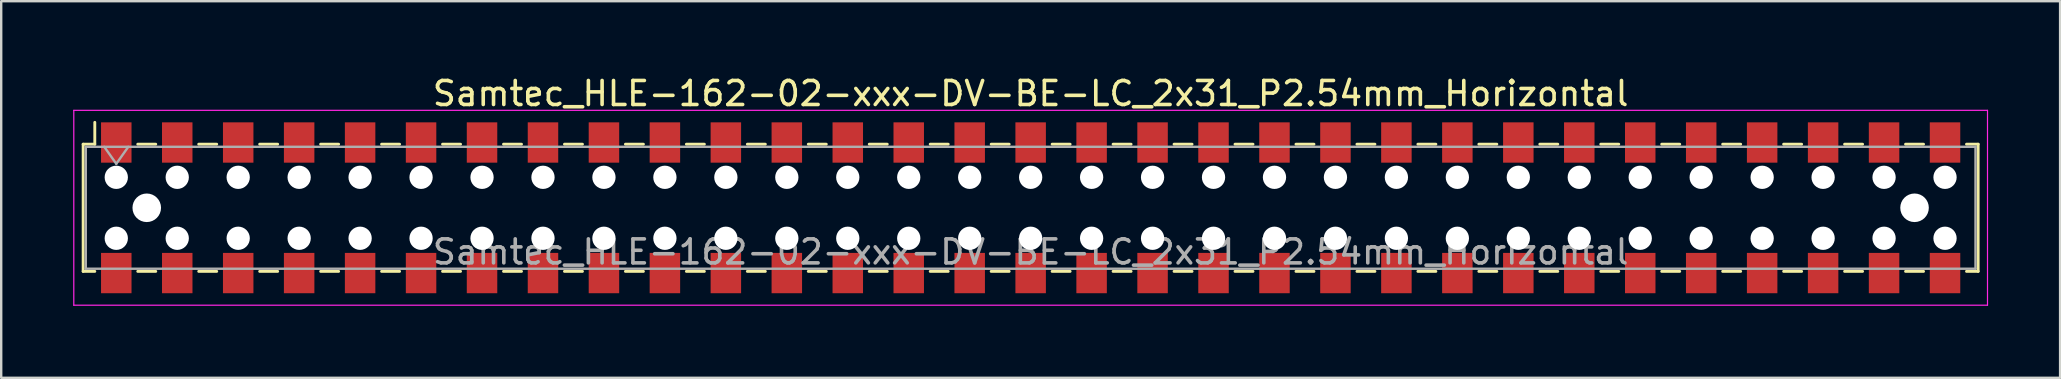
<source format=kicad_pcb>
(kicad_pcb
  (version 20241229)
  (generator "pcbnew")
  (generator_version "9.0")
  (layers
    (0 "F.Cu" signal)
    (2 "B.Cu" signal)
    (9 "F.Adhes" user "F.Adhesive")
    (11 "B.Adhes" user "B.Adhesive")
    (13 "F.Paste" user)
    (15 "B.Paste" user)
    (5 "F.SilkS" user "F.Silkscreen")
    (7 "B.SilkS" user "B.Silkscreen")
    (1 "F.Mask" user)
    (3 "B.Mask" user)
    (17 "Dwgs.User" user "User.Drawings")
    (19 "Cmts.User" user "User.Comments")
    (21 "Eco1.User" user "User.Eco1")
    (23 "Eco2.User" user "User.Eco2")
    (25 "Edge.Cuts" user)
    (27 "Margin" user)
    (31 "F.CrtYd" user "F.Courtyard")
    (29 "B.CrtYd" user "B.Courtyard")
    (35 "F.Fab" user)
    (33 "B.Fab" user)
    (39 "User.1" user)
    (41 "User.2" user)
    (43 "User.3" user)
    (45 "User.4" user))
  (footprint "Samtec_HLE-162-02-xxx-DV-BE-LC_2x31_P2.54mm_Horizontal"
    (layer "F.Cu")
    (at 39.895 5.608)
    (property "Reference" "Samtec_HLE-162-02-xxx-DV-BE-LC_2x31_P2.54mm_Horizontal" (at 0 -4.76 0) (layer "F.SilkS") (effects (font (size 1 1) (thickness 0.15))))
    (attr smd)
    (fp_line (start -39.48 -2.65) (end -39.48 2.65) (stroke (width 0.12) (type solid)) (layer "F.SilkS"))
    (fp_line (start -39.48 2.65) (end -38.995 2.65) (stroke (width 0.12) (type solid)) (layer "F.SilkS"))
    (fp_line (start -38.995 -3.56) (end -38.995 -2.65) (stroke (width 0.12) (type solid)) (layer "F.SilkS"))
    (fp_line (start -38.995 -2.65) (end -39.48 -2.65) (stroke (width 0.12) (type solid)) (layer "F.SilkS"))
    (fp_line (start -37.205 -2.65) (end -36.455 -2.65) (stroke (width 0.12) (type solid)) (layer "F.SilkS"))
    (fp_line (start -37.205 2.65) (end -36.455 2.65) (stroke (width 0.12) (type solid)) (layer "F.SilkS"))
    (fp_line (start -34.665 -2.65) (end -33.915 -2.65) (stroke (width 0.12) (type solid)) (layer "F.SilkS"))
    (fp_line (start -34.665 2.65) (end -33.915 2.65) (stroke (width 0.12) (type solid)) (layer "F.SilkS"))
    (fp_line (start -32.125 -2.65) (end -31.375 -2.65) (stroke (width 0.12) (type solid)) (layer "F.SilkS"))
    (fp_line (start -32.125 2.65) (end -31.375 2.65) (stroke (width 0.12) (type solid)) (layer "F.SilkS"))
    (fp_line (start -29.585 -2.65) (end -28.835 -2.65) (stroke (width 0.12) (type solid)) (layer "F.SilkS"))
    (fp_line (start -29.585 2.65) (end -28.835 2.65) (stroke (width 0.12) (type solid)) (layer "F.SilkS"))
    (fp_line (start -27.045 -2.65) (end -26.295 -2.65) (stroke (width 0.12) (type solid)) (layer "F.SilkS"))
    (fp_line (start -27.045 2.65) (end -26.295 2.65) (stroke (width 0.12) (type solid)) (layer "F.SilkS"))
    (fp_line (start -24.505 -2.65) (end -23.755 -2.65) (stroke (width 0.12) (type solid)) (layer "F.SilkS"))
    (fp_line (start -24.505 2.65) (end -23.755 2.65) (stroke (width 0.12) (type solid)) (layer "F.SilkS"))
    (fp_line (start -21.965 -2.65) (end -21.215 -2.65) (stroke (width 0.12) (type solid)) (layer "F.SilkS"))
    (fp_line (start -21.965 2.65) (end -21.215 2.65) (stroke (width 0.12) (type solid)) (layer "F.SilkS"))
    (fp_line (start -19.425 -2.65) (end -18.675 -2.65) (stroke (width 0.12) (type solid)) (layer "F.SilkS"))
    (fp_line (start -19.425 2.65) (end -18.675 2.65) (stroke (width 0.12) (type solid)) (layer "F.SilkS"))
    (fp_line (start -16.885 -2.65) (end -16.135 -2.65) (stroke (width 0.12) (type solid)) (layer "F.SilkS"))
    (fp_line (start -16.885 2.65) (end -16.135 2.65) (stroke (width 0.12) (type solid)) (layer "F.SilkS"))
    (fp_line (start -14.345 -2.65) (end -13.595 -2.65) (stroke (width 0.12) (type solid)) (layer "F.SilkS"))
    (fp_line (start -14.345 2.65) (end -13.595 2.65) (stroke (width 0.12) (type solid)) (layer "F.SilkS"))
    (fp_line (start -11.805 -2.65) (end -11.055 -2.65) (stroke (width 0.12) (type solid)) (layer "F.SilkS"))
    (fp_line (start -11.805 2.65) (end -11.055 2.65) (stroke (width 0.12) (type solid)) (layer "F.SilkS"))
    (fp_line (start -9.265 -2.65) (end -8.515 -2.65) (stroke (width 0.12) (type solid)) (layer "F.SilkS"))
    (fp_line (start -9.265 2.65) (end -8.515 2.65) (stroke (width 0.12) (type solid)) (layer "F.SilkS"))
    (fp_line (start -6.725 -2.65) (end -5.975 -2.65) (stroke (width 0.12) (type solid)) (layer "F.SilkS"))
    (fp_line (start -6.725 2.65) (end -5.975 2.65) (stroke (width 0.12) (type solid)) (layer "F.SilkS"))
    (fp_line (start -4.185 -2.65) (end -3.435 -2.65) (stroke (width 0.12) (type solid)) (layer "F.SilkS"))
    (fp_line (start -4.185 2.65) (end -3.435 2.65) (stroke (width 0.12) (type solid)) (layer "F.SilkS"))
    (fp_line (start -1.645 -2.65) (end -0.895 -2.65) (stroke (width 0.12) (type solid)) (layer "F.SilkS"))
    (fp_line (start -1.645 2.65) (end -0.895 2.65) (stroke (width 0.12) (type solid)) (layer "F.SilkS"))
    (fp_line (start 0.895 -2.65) (end 1.645 -2.65) (stroke (width 0.12) (type solid)) (layer "F.SilkS"))
    (fp_line (start 0.895 2.65) (end 1.645 2.65) (stroke (width 0.12) (type solid)) (layer "F.SilkS"))
    (fp_line (start 3.435 -2.65) (end 4.185 -2.65) (stroke (width 0.12) (type solid)) (layer "F.SilkS"))
    (fp_line (start 3.435 2.65) (end 4.185 2.65) (stroke (width 0.12) (type solid)) (layer "F.SilkS"))
    (fp_line (start 5.975 -2.65) (end 6.725 -2.65) (stroke (width 0.12) (type solid)) (layer "F.SilkS"))
    (fp_line (start 5.975 2.65) (end 6.725 2.65) (stroke (width 0.12) (type solid)) (layer "F.SilkS"))
    (fp_line (start 8.515 -2.65) (end 9.265 -2.65) (stroke (width 0.12) (type solid)) (layer "F.SilkS"))
    (fp_line (start 8.515 2.65) (end 9.265 2.65) (stroke (width 0.12) (type solid)) (layer "F.SilkS"))
    (fp_line (start 11.055 -2.65) (end 11.805 -2.65) (stroke (width 0.12) (type solid)) (layer "F.SilkS"))
    (fp_line (start 11.055 2.65) (end 11.805 2.65) (stroke (width 0.12) (type solid)) (layer "F.SilkS"))
    (fp_line (start 13.595 -2.65) (end 14.345 -2.65) (stroke (width 0.12) (type solid)) (layer "F.SilkS"))
    (fp_line (start 13.595 2.65) (end 14.345 2.65) (stroke (width 0.12) (type solid)) (layer "F.SilkS"))
    (fp_line (start 16.135 -2.65) (end 16.885 -2.65) (stroke (width 0.12) (type solid)) (layer "F.SilkS"))
    (fp_line (start 16.135 2.65) (end 16.885 2.65) (stroke (width 0.12) (type solid)) (layer "F.SilkS"))
    (fp_line (start 18.675 -2.65) (end 19.425 -2.65) (stroke (width 0.12) (type solid)) (layer "F.SilkS"))
    (fp_line (start 18.675 2.65) (end 19.425 2.65) (stroke (width 0.12) (type solid)) (layer "F.SilkS"))
    (fp_line (start 21.215 -2.65) (end 21.965 -2.65) (stroke (width 0.12) (type solid)) (layer "F.SilkS"))
    (fp_line (start 21.215 2.65) (end 21.965 2.65) (stroke (width 0.12) (type solid)) (layer "F.SilkS"))
    (fp_line (start 23.755 -2.65) (end 24.505 -2.65) (stroke (width 0.12) (type solid)) (layer "F.SilkS"))
    (fp_line (start 23.755 2.65) (end 24.505 2.65) (stroke (width 0.12) (type solid)) (layer "F.SilkS"))
    (fp_line (start 26.295 -2.65) (end 27.045 -2.65) (stroke (width 0.12) (type solid)) (layer "F.SilkS"))
    (fp_line (start 26.295 2.65) (end 27.045 2.65) (stroke (width 0.12) (type solid)) (layer "F.SilkS"))
    (fp_line (start 28.835 -2.65) (end 29.585 -2.65) (stroke (width 0.12) (type solid)) (layer "F.SilkS"))
    (fp_line (start 28.835 2.65) (end 29.585 2.65) (stroke (width 0.12) (type solid)) (layer "F.SilkS"))
    (fp_line (start 31.375 -2.65) (end 32.125 -2.65) (stroke (width 0.12) (type solid)) (layer "F.SilkS"))
    (fp_line (start 31.375 2.65) (end 32.125 2.65) (stroke (width 0.12) (type solid)) (layer "F.SilkS"))
    (fp_line (start 33.915 -2.65) (end 34.665 -2.65) (stroke (width 0.12) (type solid)) (layer "F.SilkS"))
    (fp_line (start 33.915 2.65) (end 34.665 2.65) (stroke (width 0.12) (type solid)) (layer "F.SilkS"))
    (fp_line (start 36.455 -2.65) (end 37.205 -2.65) (stroke (width 0.12) (type solid)) (layer "F.SilkS"))
    (fp_line (start 36.455 2.65) (end 37.205 2.65) (stroke (width 0.12) (type solid)) (layer "F.SilkS"))
    (fp_line (start 38.995 -2.65) (end 39.48 -2.65) (stroke (width 0.12) (type solid)) (layer "F.SilkS"))
    (fp_line (start 39.48 -2.65) (end 39.48 2.65) (stroke (width 0.12) (type solid)) (layer "F.SilkS"))
    (fp_line (start 39.48 2.65) (end 38.995 2.65) (stroke (width 0.12) (type solid)) (layer "F.SilkS"))
    (fp_line (start -39.87 -4.06) (end 39.87 -4.06) (stroke (width 0.05) (type solid)) (layer "F.CrtYd"))
    (fp_line (start -39.87 4.06) (end -39.87 -4.06) (stroke (width 0.05) (type solid)) (layer "F.CrtYd"))
    (fp_line (start 39.87 -4.06) (end 39.87 4.06) (stroke (width 0.05) (type solid)) (layer "F.CrtYd"))
    (fp_line (start 39.87 4.06) (end -39.87 4.06) (stroke (width 0.05) (type solid)) (layer "F.CrtYd"))
    (fp_line (start -39.37 -2.54) (end 39.37 -2.54) (stroke (width 0.1) (type solid)) (layer "F.Fab"))
    (fp_line (start -39.37 2.54) (end -39.37 -2.54) (stroke (width 0.1) (type solid)) (layer "F.Fab"))
    (fp_line (start -38.6 -2.54) (end -38.1 -1.833) (stroke (width 0.1) (type solid)) (layer "F.Fab"))
    (fp_line (start -38.1 -1.833) (end -37.6 -2.54) (stroke (width 0.1) (type solid)) (layer "F.Fab"))
    (fp_line (start 39.37 -2.54) (end 39.37 2.54) (stroke (width 0.1) (type solid)) (layer "F.Fab"))
    (fp_line (start 39.37 2.54) (end -39.37 2.54) (stroke (width 0.1) (type solid)) (layer "F.Fab"))
    (fp_text user "${REFERENCE}" (at 0 1.84 0) (layer "F.Fab") (effects (font (size 1 1) (thickness 0.15))))
    (pad "" np_thru_hole circle (at -38.1 -1.27) (size 0.97 0.97) (drill 0.97) (layers "*.Cu" "*.Mask"))
    (pad "" np_thru_hole circle (at -38.1 1.27) (size 0.97 0.97) (drill 0.97) (layers "*.Cu" "*.Mask"))
    (pad "" np_thru_hole circle (at -36.83 0) (size 1.19 1.19) (drill 1.19) (layers "*.Cu" "*.Mask"))
    (pad "" np_thru_hole circle (at -35.56 -1.27) (size 0.97 0.97) (drill 0.97) (layers "*.Cu" "*.Mask"))
    (pad "" np_thru_hole circle (at -35.56 1.27) (size 0.97 0.97) (drill 0.97) (layers "*.Cu" "*.Mask"))
    (pad "" np_thru_hole circle (at -33.02 -1.27) (size 0.97 0.97) (drill 0.97) (layers "*.Cu" "*.Mask"))
    (pad "" np_thru_hole circle (at -33.02 1.27) (size 0.97 0.97) (drill 0.97) (layers "*.Cu" "*.Mask"))
    (pad "" np_thru_hole circle (at -30.48 -1.27) (size 0.97 0.97) (drill 0.97) (layers "*.Cu" "*.Mask"))
    (pad "" np_thru_hole circle (at -30.48 1.27) (size 0.97 0.97) (drill 0.97) (layers "*.Cu" "*.Mask"))
    (pad "" np_thru_hole circle (at -27.94 -1.27) (size 0.97 0.97) (drill 0.97) (layers "*.Cu" "*.Mask"))
    (pad "" np_thru_hole circle (at -27.94 1.27) (size 0.97 0.97) (drill 0.97) (layers "*.Cu" "*.Mask"))
    (pad "" np_thru_hole circle (at -25.4 -1.27) (size 0.97 0.97) (drill 0.97) (layers "*.Cu" "*.Mask"))
    (pad "" np_thru_hole circle (at -25.4 1.27) (size 0.97 0.97) (drill 0.97) (layers "*.Cu" "*.Mask"))
    (pad "" np_thru_hole circle (at -22.86 -1.27) (size 0.97 0.97) (drill 0.97) (layers "*.Cu" "*.Mask"))
    (pad "" np_thru_hole circle (at -22.86 1.27) (size 0.97 0.97) (drill 0.97) (layers "*.Cu" "*.Mask"))
    (pad "" np_thru_hole circle (at -20.32 -1.27) (size 0.97 0.97) (drill 0.97) (layers "*.Cu" "*.Mask"))
    (pad "" np_thru_hole circle (at -20.32 1.27) (size 0.97 0.97) (drill 0.97) (layers "*.Cu" "*.Mask"))
    (pad "" np_thru_hole circle (at -17.78 -1.27) (size 0.97 0.97) (drill 0.97) (layers "*.Cu" "*.Mask"))
    (pad "" np_thru_hole circle (at -17.78 1.27) (size 0.97 0.97) (drill 0.97) (layers "*.Cu" "*.Mask"))
    (pad "" np_thru_hole circle (at -15.24 -1.27) (size 0.97 0.97) (drill 0.97) (layers "*.Cu" "*.Mask"))
    (pad "" np_thru_hole circle (at -15.24 1.27) (size 0.97 0.97) (drill 0.97) (layers "*.Cu" "*.Mask"))
    (pad "" np_thru_hole circle (at -12.7 -1.27) (size 0.97 0.97) (drill 0.97) (layers "*.Cu" "*.Mask"))
    (pad "" np_thru_hole circle (at -12.7 1.27) (size 0.97 0.97) (drill 0.97) (layers "*.Cu" "*.Mask"))
    (pad "" np_thru_hole circle (at -10.16 -1.27) (size 0.97 0.97) (drill 0.97) (layers "*.Cu" "*.Mask"))
    (pad "" np_thru_hole circle (at -10.16 1.27) (size 0.97 0.97) (drill 0.97) (layers "*.Cu" "*.Mask"))
    (pad "" np_thru_hole circle (at -7.62 -1.27) (size 0.97 0.97) (drill 0.97) (layers "*.Cu" "*.Mask"))
    (pad "" np_thru_hole circle (at -7.62 1.27) (size 0.97 0.97) (drill 0.97) (layers "*.Cu" "*.Mask"))
    (pad "" np_thru_hole circle (at -5.08 -1.27) (size 0.97 0.97) (drill 0.97) (layers "*.Cu" "*.Mask"))
    (pad "" np_thru_hole circle (at -5.08 1.27) (size 0.97 0.97) (drill 0.97) (layers "*.Cu" "*.Mask"))
    (pad "" np_thru_hole circle (at -2.54 -1.27) (size 0.97 0.97) (drill 0.97) (layers "*.Cu" "*.Mask"))
    (pad "" np_thru_hole circle (at -2.54 1.27) (size 0.97 0.97) (drill 0.97) (layers "*.Cu" "*.Mask"))
    (pad "" np_thru_hole circle (at 0 -1.27) (size 0.97 0.97) (drill 0.97) (layers "*.Cu" "*.Mask"))
    (pad "" np_thru_hole circle (at 0 1.27) (size 0.97 0.97) (drill 0.97) (layers "*.Cu" "*.Mask"))
    (pad "" np_thru_hole circle (at 2.54 -1.27) (size 0.97 0.97) (drill 0.97) (layers "*.Cu" "*.Mask"))
    (pad "" np_thru_hole circle (at 2.54 1.27) (size 0.97 0.97) (drill 0.97) (layers "*.Cu" "*.Mask"))
    (pad "" np_thru_hole circle (at 5.08 -1.27) (size 0.97 0.97) (drill 0.97) (layers "*.Cu" "*.Mask"))
    (pad "" np_thru_hole circle (at 5.08 1.27) (size 0.97 0.97) (drill 0.97) (layers "*.Cu" "*.Mask"))
    (pad "" np_thru_hole circle (at 7.62 -1.27) (size 0.97 0.97) (drill 0.97) (layers "*.Cu" "*.Mask"))
    (pad "" np_thru_hole circle (at 7.62 1.27) (size 0.97 0.97) (drill 0.97) (layers "*.Cu" "*.Mask"))
    (pad "" np_thru_hole circle (at 10.16 -1.27) (size 0.97 0.97) (drill 0.97) (layers "*.Cu" "*.Mask"))
    (pad "" np_thru_hole circle (at 10.16 1.27) (size 0.97 0.97) (drill 0.97) (layers "*.Cu" "*.Mask"))
    (pad "" np_thru_hole circle (at 12.7 -1.27) (size 0.97 0.97) (drill 0.97) (layers "*.Cu" "*.Mask"))
    (pad "" np_thru_hole circle (at 12.7 1.27) (size 0.97 0.97) (drill 0.97) (layers "*.Cu" "*.Mask"))
    (pad "" np_thru_hole circle (at 15.24 -1.27) (size 0.97 0.97) (drill 0.97) (layers "*.Cu" "*.Mask"))
    (pad "" np_thru_hole circle (at 15.24 1.27) (size 0.97 0.97) (drill 0.97) (layers "*.Cu" "*.Mask"))
    (pad "" np_thru_hole circle (at 17.78 -1.27) (size 0.97 0.97) (drill 0.97) (layers "*.Cu" "*.Mask"))
    (pad "" np_thru_hole circle (at 17.78 1.27) (size 0.97 0.97) (drill 0.97) (layers "*.Cu" "*.Mask"))
    (pad "" np_thru_hole circle (at 20.32 -1.27) (size 0.97 0.97) (drill 0.97) (layers "*.Cu" "*.Mask"))
    (pad "" np_thru_hole circle (at 20.32 1.27) (size 0.97 0.97) (drill 0.97) (layers "*.Cu" "*.Mask"))
    (pad "" np_thru_hole circle (at 22.86 -1.27) (size 0.97 0.97) (drill 0.97) (layers "*.Cu" "*.Mask"))
    (pad "" np_thru_hole circle (at 22.86 1.27) (size 0.97 0.97) (drill 0.97) (layers "*.Cu" "*.Mask"))
    (pad "" np_thru_hole circle (at 25.4 -1.27) (size 0.97 0.97) (drill 0.97) (layers "*.Cu" "*.Mask"))
    (pad "" np_thru_hole circle (at 25.4 1.27) (size 0.97 0.97) (drill 0.97) (layers "*.Cu" "*.Mask"))
    (pad "" np_thru_hole circle (at 27.94 -1.27) (size 0.97 0.97) (drill 0.97) (layers "*.Cu" "*.Mask"))
    (pad "" np_thru_hole circle (at 27.94 1.27) (size 0.97 0.97) (drill 0.97) (layers "*.Cu" "*.Mask"))
    (pad "" np_thru_hole circle (at 30.48 -1.27) (size 0.97 0.97) (drill 0.97) (layers "*.Cu" "*.Mask"))
    (pad "" np_thru_hole circle (at 30.48 1.27) (size 0.97 0.97) (drill 0.97) (layers "*.Cu" "*.Mask"))
    (pad "" np_thru_hole circle (at 33.02 -1.27) (size 0.97 0.97) (drill 0.97) (layers "*.Cu" "*.Mask"))
    (pad "" np_thru_hole circle (at 33.02 1.27) (size 0.97 0.97) (drill 0.97) (layers "*.Cu" "*.Mask"))
    (pad "" np_thru_hole circle (at 35.56 -1.27) (size 0.97 0.97) (drill 0.97) (layers "*.Cu" "*.Mask"))
    (pad "" np_thru_hole circle (at 35.56 1.27) (size 0.97 0.97) (drill 0.97) (layers "*.Cu" "*.Mask"))
    (pad "" np_thru_hole circle (at 36.83 0) (size 1.19 1.19) (drill 1.19) (layers "*.Cu" "*.Mask"))
    (pad "" np_thru_hole circle (at 38.1 -1.27) (size 0.97 0.97) (drill 0.97) (layers "*.Cu" "*.Mask"))
    (pad "" np_thru_hole circle (at 38.1 1.27) (size 0.97 0.97) (drill 0.97) (layers "*.Cu" "*.Mask"))
    (pad "1" smd rect (at -38.1 -2.72) (size 1.27 1.68) (layers "F.Cu" "F.Mask" "F.Paste"))
    (pad "2" smd rect (at -38.1 2.72) (size 1.27 1.68) (layers "F.Cu" "F.Mask" "F.Paste"))
    (pad "3" smd rect (at -35.56 -2.72) (size 1.27 1.68) (layers "F.Cu" "F.Mask" "F.Paste"))
    (pad "4" smd rect (at -35.56 2.72) (size 1.27 1.68) (layers "F.Cu" "F.Mask" "F.Paste"))
    (pad "5" smd rect (at -33.02 -2.72) (size 1.27 1.68) (layers "F.Cu" "F.Mask" "F.Paste"))
    (pad "6" smd rect (at -33.02 2.72) (size 1.27 1.68) (layers "F.Cu" "F.Mask" "F.Paste"))
    (pad "7" smd rect (at -30.48 -2.72) (size 1.27 1.68) (layers "F.Cu" "F.Mask" "F.Paste"))
    (pad "8" smd rect (at -30.48 2.72) (size 1.27 1.68) (layers "F.Cu" "F.Mask" "F.Paste"))
    (pad "9" smd rect (at -27.94 -2.72) (size 1.27 1.68) (layers "F.Cu" "F.Mask" "F.Paste"))
    (pad "10" smd rect (at -27.94 2.72) (size 1.27 1.68) (layers "F.Cu" "F.Mask" "F.Paste"))
    (pad "11" smd rect (at -25.4 -2.72) (size 1.27 1.68) (layers "F.Cu" "F.Mask" "F.Paste"))
    (pad "12" smd rect (at -25.4 2.72) (size 1.27 1.68) (layers "F.Cu" "F.Mask" "F.Paste"))
    (pad "13" smd rect (at -22.86 -2.72) (size 1.27 1.68) (layers "F.Cu" "F.Mask" "F.Paste"))
    (pad "14" smd rect (at -22.86 2.72) (size 1.27 1.68) (layers "F.Cu" "F.Mask" "F.Paste"))
    (pad "15" smd rect (at -20.32 -2.72) (size 1.27 1.68) (layers "F.Cu" "F.Mask" "F.Paste"))
    (pad "16" smd rect (at -20.32 2.72) (size 1.27 1.68) (layers "F.Cu" "F.Mask" "F.Paste"))
    (pad "17" smd rect (at -17.78 -2.72) (size 1.27 1.68) (layers "F.Cu" "F.Mask" "F.Paste"))
    (pad "18" smd rect (at -17.78 2.72) (size 1.27 1.68) (layers "F.Cu" "F.Mask" "F.Paste"))
    (pad "19" smd rect (at -15.24 -2.72) (size 1.27 1.68) (layers "F.Cu" "F.Mask" "F.Paste"))
    (pad "20" smd rect (at -15.24 2.72) (size 1.27 1.68) (layers "F.Cu" "F.Mask" "F.Paste"))
    (pad "21" smd rect (at -12.7 -2.72) (size 1.27 1.68) (layers "F.Cu" "F.Mask" "F.Paste"))
    (pad "22" smd rect (at -12.7 2.72) (size 1.27 1.68) (layers "F.Cu" "F.Mask" "F.Paste"))
    (pad "23" smd rect (at -10.16 -2.72) (size 1.27 1.68) (layers "F.Cu" "F.Mask" "F.Paste"))
    (pad "24" smd rect (at -10.16 2.72) (size 1.27 1.68) (layers "F.Cu" "F.Mask" "F.Paste"))
    (pad "25" smd rect (at -7.62 -2.72) (size 1.27 1.68) (layers "F.Cu" "F.Mask" "F.Paste"))
    (pad "26" smd rect (at -7.62 2.72) (size 1.27 1.68) (layers "F.Cu" "F.Mask" "F.Paste"))
    (pad "27" smd rect (at -5.08 -2.72) (size 1.27 1.68) (layers "F.Cu" "F.Mask" "F.Paste"))
    (pad "28" smd rect (at -5.08 2.72) (size 1.27 1.68) (layers "F.Cu" "F.Mask" "F.Paste"))
    (pad "29" smd rect (at -2.54 -2.72) (size 1.27 1.68) (layers "F.Cu" "F.Mask" "F.Paste"))
    (pad "30" smd rect (at -2.54 2.72) (size 1.27 1.68) (layers "F.Cu" "F.Mask" "F.Paste"))
    (pad "31" smd rect (at 0 -2.72) (size 1.27 1.68) (layers "F.Cu" "F.Mask" "F.Paste"))
    (pad "32" smd rect (at 0 2.72) (size 1.27 1.68) (layers "F.Cu" "F.Mask" "F.Paste"))
    (pad "33" smd rect (at 2.54 -2.72) (size 1.27 1.68) (layers "F.Cu" "F.Mask" "F.Paste"))
    (pad "34" smd rect (at 2.54 2.72) (size 1.27 1.68) (layers "F.Cu" "F.Mask" "F.Paste"))
    (pad "35" smd rect (at 5.08 -2.72) (size 1.27 1.68) (layers "F.Cu" "F.Mask" "F.Paste"))
    (pad "36" smd rect (at 5.08 2.72) (size 1.27 1.68) (layers "F.Cu" "F.Mask" "F.Paste"))
    (pad "37" smd rect (at 7.62 -2.72) (size 1.27 1.68) (layers "F.Cu" "F.Mask" "F.Paste"))
    (pad "38" smd rect (at 7.62 2.72) (size 1.27 1.68) (layers "F.Cu" "F.Mask" "F.Paste"))
    (pad "39" smd rect (at 10.16 -2.72) (size 1.27 1.68) (layers "F.Cu" "F.Mask" "F.Paste"))
    (pad "40" smd rect (at 10.16 2.72) (size 1.27 1.68) (layers "F.Cu" "F.Mask" "F.Paste"))
    (pad "41" smd rect (at 12.7 -2.72) (size 1.27 1.68) (layers "F.Cu" "F.Mask" "F.Paste"))
    (pad "42" smd rect (at 12.7 2.72) (size 1.27 1.68) (layers "F.Cu" "F.Mask" "F.Paste"))
    (pad "43" smd rect (at 15.24 -2.72) (size 1.27 1.68) (layers "F.Cu" "F.Mask" "F.Paste"))
    (pad "44" smd rect (at 15.24 2.72) (size 1.27 1.68) (layers "F.Cu" "F.Mask" "F.Paste"))
    (pad "45" smd rect (at 17.78 -2.72) (size 1.27 1.68) (layers "F.Cu" "F.Mask" "F.Paste"))
    (pad "46" smd rect (at 17.78 2.72) (size 1.27 1.68) (layers "F.Cu" "F.Mask" "F.Paste"))
    (pad "47" smd rect (at 20.32 -2.72) (size 1.27 1.68) (layers "F.Cu" "F.Mask" "F.Paste"))
    (pad "48" smd rect (at 20.32 2.72) (size 1.27 1.68) (layers "F.Cu" "F.Mask" "F.Paste"))
    (pad "49" smd rect (at 22.86 -2.72) (size 1.27 1.68) (layers "F.Cu" "F.Mask" "F.Paste"))
    (pad "50" smd rect (at 22.86 2.72) (size 1.27 1.68) (layers "F.Cu" "F.Mask" "F.Paste"))
    (pad "51" smd rect (at 25.4 -2.72) (size 1.27 1.68) (layers "F.Cu" "F.Mask" "F.Paste"))
    (pad "52" smd rect (at 25.4 2.72) (size 1.27 1.68) (layers "F.Cu" "F.Mask" "F.Paste"))
    (pad "53" smd rect (at 27.94 -2.72) (size 1.27 1.68) (layers "F.Cu" "F.Mask" "F.Paste"))
    (pad "54" smd rect (at 27.94 2.72) (size 1.27 1.68) (layers "F.Cu" "F.Mask" "F.Paste"))
    (pad "55" smd rect (at 30.48 -2.72) (size 1.27 1.68) (layers "F.Cu" "F.Mask" "F.Paste"))
    (pad "56" smd rect (at 30.48 2.72) (size 1.27 1.68) (layers "F.Cu" "F.Mask" "F.Paste"))
    (pad "57" smd rect (at 33.02 -2.72) (size 1.27 1.68) (layers "F.Cu" "F.Mask" "F.Paste"))
    (pad "58" smd rect (at 33.02 2.72) (size 1.27 1.68) (layers "F.Cu" "F.Mask" "F.Paste"))
    (pad "59" smd rect (at 35.56 -2.72) (size 1.27 1.68) (layers "F.Cu" "F.Mask" "F.Paste"))
    (pad "60" smd rect (at 35.56 2.72) (size 1.27 1.68) (layers "F.Cu" "F.Mask" "F.Paste"))
    (pad "61" smd rect (at 38.1 -2.72) (size 1.27 1.68) (layers "F.Cu" "F.Mask" "F.Paste"))
    (pad "62" smd rect (at 38.1 2.72) (size 1.27 1.68) (layers "F.Cu" "F.Mask" "F.Paste")))
  (gr_rect
    (start -3 -3)
    (end 82.79 12.693)
    (stroke (width 0.1) (type default))
    (fill no)
    (layer "Edge.Cuts")))
</source>
